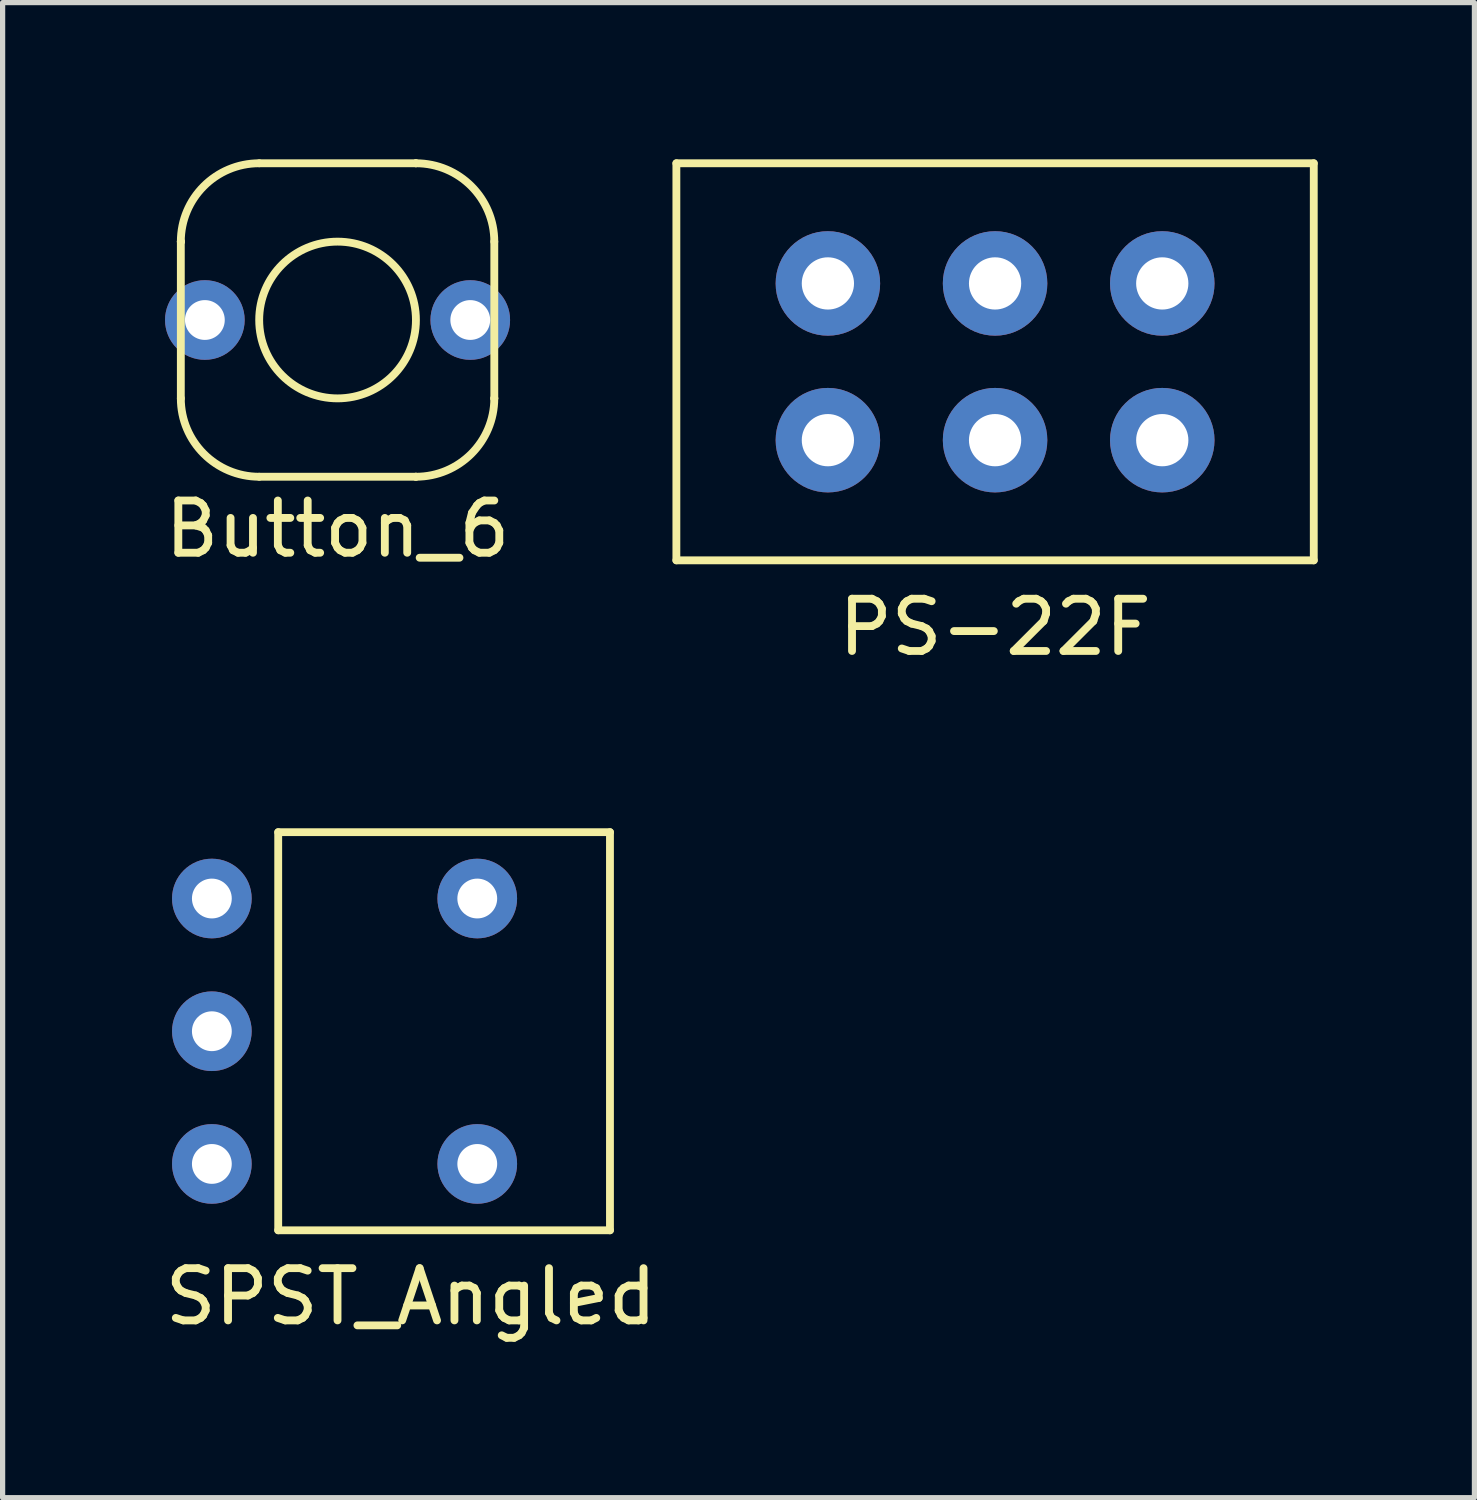
<source format=kicad_pcb>
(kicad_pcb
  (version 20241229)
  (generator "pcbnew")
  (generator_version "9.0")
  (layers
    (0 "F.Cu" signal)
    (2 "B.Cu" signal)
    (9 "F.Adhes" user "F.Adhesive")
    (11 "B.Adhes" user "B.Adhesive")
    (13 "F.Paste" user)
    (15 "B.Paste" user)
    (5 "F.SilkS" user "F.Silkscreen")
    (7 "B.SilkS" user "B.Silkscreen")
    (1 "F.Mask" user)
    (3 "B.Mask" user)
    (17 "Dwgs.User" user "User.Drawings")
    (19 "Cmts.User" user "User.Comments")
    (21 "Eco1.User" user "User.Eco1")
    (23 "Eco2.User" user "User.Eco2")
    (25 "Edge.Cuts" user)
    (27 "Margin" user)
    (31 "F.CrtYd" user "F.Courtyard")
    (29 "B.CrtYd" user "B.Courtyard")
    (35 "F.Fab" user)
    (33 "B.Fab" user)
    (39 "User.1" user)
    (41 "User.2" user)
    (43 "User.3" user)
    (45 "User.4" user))
  (footprint "PS-22F"
    (layer "F.Cu")
    (at 15.996 3.875)
    (property "Reference" "PS-22F" (at 0 5.08 0) (layer "F.SilkS") (effects (font (size 1 1) (thickness 0.15))))
    (attr through_hole)
    (fp_line (start -6.1 -3.8) (end 6.1 -3.8) (stroke (width 0.15) (type solid)) (layer "F.SilkS"))
    (fp_line (start -6.1 3.8) (end -6.1 -3.8) (stroke (width 0.15) (type solid)) (layer "F.SilkS"))
    (fp_line (start 6.1 -3.8) (end 6.1 3.8) (stroke (width 0.15) (type solid)) (layer "F.SilkS"))
    (fp_line (start 6.1 3.8) (end -6.1 3.8) (stroke (width 0.15) (type solid)) (layer "F.SilkS"))
    (pad "1" thru_hole circle (at 0 -1.5) (size 2 2) (drill 1) (layers "*.Cu" "*.Mask"))
    (pad "2" thru_hole circle (at -3.2 -1.5) (size 2 2) (drill 1) (layers "*.Cu" "*.Mask"))
    (pad "3" thru_hole circle (at 3.2 -1.5) (size 2 2) (drill 1) (layers "*.Cu" "*.Mask"))
    (pad "4" thru_hole circle (at 0 1.5) (size 2 2) (drill 1) (layers "*.Cu" "*.Mask"))
    (pad "5" thru_hole circle (at -3.2 1.5) (size 2 2) (drill 1) (layers "*.Cu" "*.Mask"))
    (pad "6" thru_hole circle (at 3.2 1.5) (size 2 2) (drill 1) (layers "*.Cu" "*.Mask")))
  (footprint "SPST_Angled"
    (layer "F.Cu")
    (at 1.005 16.688)
    (property "Reference" "SPST_Angled" (at 3.81 5.08 0) (layer "F.SilkS") (effects (font (size 1 1) (thickness 0.15))))
    (attr through_hole)
    (fp_line (start 1.27 -3.81) (end 1.27 3.81) (stroke (width 0.15) (type solid)) (layer "F.SilkS"))
    (fp_line (start 1.27 3.81) (end 7.62 3.81) (stroke (width 0.15) (type solid)) (layer "F.SilkS"))
    (fp_line (start 7.62 -3.81) (end 1.27 -3.81) (stroke (width 0.15) (type solid)) (layer "F.SilkS"))
    (fp_line (start 7.62 3.81) (end 7.62 -3.81) (stroke (width 0.15) (type solid)) (layer "F.SilkS"))
    (pad "" thru_hole circle (at 5.08 -2.54) (size 1.524 1.524) (drill 0.762) (layers "*.Cu" "*.Mask"))
    (pad "" thru_hole circle (at 5.08 2.54) (size 1.524 1.524) (drill 0.762) (layers "*.Cu" "*.Mask"))
    (pad "1" thru_hole circle (at 0 -2.54) (size 1.524 1.524) (drill 0.762) (layers "*.Cu" "*.Mask"))
    (pad "2" thru_hole circle (at 0 0) (size 1.524 1.524) (drill 0.762) (layers "*.Cu" "*.Mask"))
    (pad "3" thru_hole circle (at 0 2.54) (size 1.524 1.524) (drill 0.762) (layers "*.Cu" "*.Mask")))
  (footprint "Button_6"
    (layer "F.Cu")
    (at 3.411 3.075)
    (property "Reference" "Button_6" (at 0 4 0) (layer "F.SilkS") (effects (font (size 1 1) (thickness 0.15))))
    (attr through_hole)
    (fp_line (start -3 -1.5) (end -3 -1.5) (stroke (width 0.15) (type solid)) (layer "F.SilkS"))
    (fp_line (start -3 -1.5) (end -3 -1.5) (stroke (width 0.15) (type solid)) (layer "F.SilkS"))
    (fp_line (start -3 1.5) (end -3 -1.5) (stroke (width 0.15) (type solid)) (layer "F.SilkS"))
    (fp_line (start -1.5 -3) (end 1.5 -3) (stroke (width 0.15) (type solid)) (layer "F.SilkS"))
    (fp_line (start -1.5 3) (end 1.5 3) (stroke (width 0.15) (type solid)) (layer "F.SilkS"))
    (fp_line (start 1.5 -3) (end 1.5 -3) (stroke (width 0.15) (type solid)) (layer "F.SilkS"))
    (fp_line (start 1.5 3) (end 1.5 3) (stroke (width 0.15) (type solid)) (layer "F.SilkS"))
    (fp_line (start 3 -1.5) (end 3 1.5) (stroke (width 0.15) (type solid)) (layer "F.SilkS"))
    (fp_line (start 3 1.5) (end 3 1.5) (stroke (width 0.15) (type solid)) (layer "F.SilkS"))
    (fp_arc (start -3 -1.5) (mid -2.56066 -2.56066) (end -1.5 -3) (stroke (width 0.15) (type solid)) (layer "F.SilkS"))
    (fp_arc (start -1.5 3) (mid -2.56066 2.56066) (end -3 1.5) (stroke (width 0.15) (type solid)) (layer "F.SilkS"))
    (fp_arc (start 1.5 -3) (mid 2.56066 -2.56066) (end 3 -1.5) (stroke (width 0.15) (type solid)) (layer "F.SilkS"))
    (fp_arc (start 3 1.5) (mid 2.56066 2.56066) (end 1.5 3) (stroke (width 0.15) (type solid)) (layer "F.SilkS"))
    (fp_circle (center 0 0) (end 1.5 0) (stroke (width 0.15) (type solid)) (fill no) (layer "F.SilkS"))
    (pad "1" thru_hole circle (at -2.54 0) (size 1.524 1.524) (drill 0.762) (layers "*.Cu" "*.Mask"))
    (pad "2" thru_hole circle (at 2.54 0) (size 1.524 1.524) (drill 0.762) (layers "*.Cu" "*.Mask")))
  (gr_rect
    (start -3 -3)
    (end 25.171 25.616)
    (stroke (width 0.1) (type default))
    (fill no)
    (layer "Edge.Cuts")))
</source>
